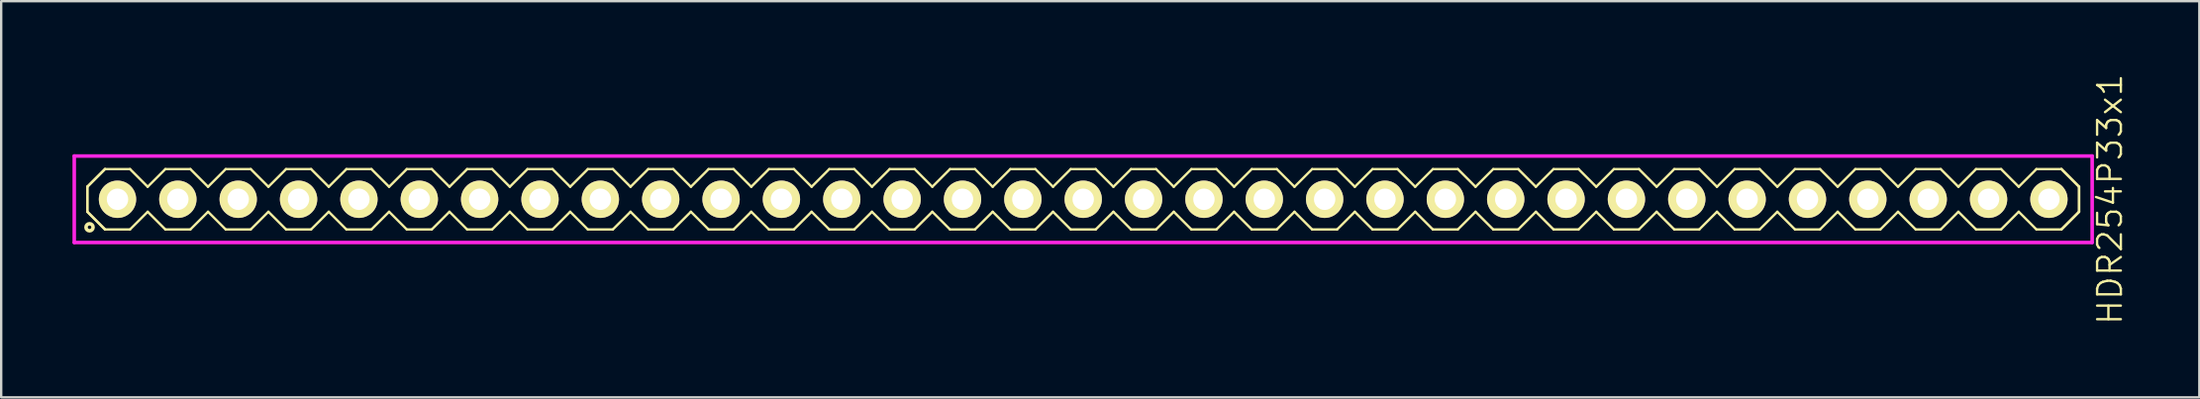
<source format=kicad_pcb>
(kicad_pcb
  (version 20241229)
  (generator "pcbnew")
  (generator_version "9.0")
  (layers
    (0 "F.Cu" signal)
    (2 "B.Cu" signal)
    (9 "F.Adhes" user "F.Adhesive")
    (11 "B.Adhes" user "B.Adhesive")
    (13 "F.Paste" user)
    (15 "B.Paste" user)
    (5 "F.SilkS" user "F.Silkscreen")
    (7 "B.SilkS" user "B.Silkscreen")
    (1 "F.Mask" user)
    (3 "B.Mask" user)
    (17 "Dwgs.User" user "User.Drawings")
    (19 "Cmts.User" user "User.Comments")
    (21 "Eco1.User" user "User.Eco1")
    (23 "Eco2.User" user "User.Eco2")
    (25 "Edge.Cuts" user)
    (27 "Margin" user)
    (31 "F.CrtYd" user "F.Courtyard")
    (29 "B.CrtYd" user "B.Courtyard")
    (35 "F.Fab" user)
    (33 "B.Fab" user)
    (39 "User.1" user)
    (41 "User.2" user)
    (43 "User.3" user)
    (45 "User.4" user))
  (footprint "HDR254P33x1"
    (layer "F.Cu")
    (at 42.535 5.336)
    (property "Reference" "HDR254P33x1" (at 43.21 0 90) (layer "F.SilkS") (effects (font (size 1 1) (thickness 0.1))))
    (attr through_hole)
    (fp_line (start -41.91 -0.526) (end -41.166 -1.27) (stroke (width 0.1) (type solid)) (layer "F.SilkS"))
    (fp_line (start -41.91 -0.526) (end -41.166 -1.27) (stroke (width 0.1) (type solid)) (layer "F.SilkS"))
    (fp_line (start -41.91 0.526) (end -41.91 -0.526) (stroke (width 0.1) (type solid)) (layer "F.SilkS"))
    (fp_line (start -41.91 0.526) (end -41.91 -0.526) (stroke (width 0.1) (type solid)) (layer "F.SilkS"))
    (fp_line (start -41.166 -1.27) (end -40.114 -1.27) (stroke (width 0.1) (type solid)) (layer "F.SilkS"))
    (fp_line (start -41.166 1.27) (end -41.91 0.526) (stroke (width 0.1) (type solid)) (layer "F.SilkS"))
    (fp_line (start -41.166 1.27) (end -41.91 0.526) (stroke (width 0.1) (type solid)) (layer "F.SilkS"))
    (fp_line (start -40.114 -1.27) (end -39.37 -0.526) (stroke (width 0.1) (type solid)) (layer "F.SilkS"))
    (fp_line (start -40.114 1.27) (end -41.166 1.27) (stroke (width 0.1) (type solid)) (layer "F.SilkS"))
    (fp_line (start -39.37 -0.526) (end -38.626 -1.27) (stroke (width 0.1) (type solid)) (layer "F.SilkS"))
    (fp_line (start -39.37 0.526) (end -40.114 1.27) (stroke (width 0.1) (type solid)) (layer "F.SilkS"))
    (fp_line (start -38.626 -1.27) (end -37.574 -1.27) (stroke (width 0.1) (type solid)) (layer "F.SilkS"))
    (fp_line (start -38.626 1.27) (end -39.37 0.526) (stroke (width 0.1) (type solid)) (layer "F.SilkS"))
    (fp_line (start -37.574 -1.27) (end -36.83 -0.526) (stroke (width 0.1) (type solid)) (layer "F.SilkS"))
    (fp_line (start -37.574 1.27) (end -38.626 1.27) (stroke (width 0.1) (type solid)) (layer "F.SilkS"))
    (fp_line (start -36.83 -0.526) (end -36.086 -1.27) (stroke (width 0.1) (type solid)) (layer "F.SilkS"))
    (fp_line (start -36.83 0.526) (end -37.574 1.27) (stroke (width 0.1) (type solid)) (layer "F.SilkS"))
    (fp_line (start -36.086 -1.27) (end -35.034 -1.27) (stroke (width 0.1) (type solid)) (layer "F.SilkS"))
    (fp_line (start -36.086 1.27) (end -36.83 0.526) (stroke (width 0.1) (type solid)) (layer "F.SilkS"))
    (fp_line (start -35.034 -1.27) (end -34.29 -0.526) (stroke (width 0.1) (type solid)) (layer "F.SilkS"))
    (fp_line (start -35.034 1.27) (end -36.086 1.27) (stroke (width 0.1) (type solid)) (layer "F.SilkS"))
    (fp_line (start -34.29 -0.526) (end -33.546 -1.27) (stroke (width 0.1) (type solid)) (layer "F.SilkS"))
    (fp_line (start -34.29 0.526) (end -35.034 1.27) (stroke (width 0.1) (type solid)) (layer "F.SilkS"))
    (fp_line (start -33.546 -1.27) (end -32.494 -1.27) (stroke (width 0.1) (type solid)) (layer "F.SilkS"))
    (fp_line (start -33.546 1.27) (end -34.29 0.526) (stroke (width 0.1) (type solid)) (layer "F.SilkS"))
    (fp_line (start -32.494 -1.27) (end -31.75 -0.526) (stroke (width 0.1) (type solid)) (layer "F.SilkS"))
    (fp_line (start -32.494 1.27) (end -33.546 1.27) (stroke (width 0.1) (type solid)) (layer "F.SilkS"))
    (fp_line (start -31.75 -0.526) (end -31.006 -1.27) (stroke (width 0.1) (type solid)) (layer "F.SilkS"))
    (fp_line (start -31.75 0.526) (end -32.494 1.27) (stroke (width 0.1) (type solid)) (layer "F.SilkS"))
    (fp_line (start -31.006 -1.27) (end -29.954 -1.27) (stroke (width 0.1) (type solid)) (layer "F.SilkS"))
    (fp_line (start -31.006 1.27) (end -31.75 0.526) (stroke (width 0.1) (type solid)) (layer "F.SilkS"))
    (fp_line (start -29.954 -1.27) (end -29.21 -0.526) (stroke (width 0.1) (type solid)) (layer "F.SilkS"))
    (fp_line (start -29.954 1.27) (end -31.006 1.27) (stroke (width 0.1) (type solid)) (layer "F.SilkS"))
    (fp_line (start -29.21 -0.526) (end -28.466 -1.27) (stroke (width 0.1) (type solid)) (layer "F.SilkS"))
    (fp_line (start -29.21 0.526) (end -29.954 1.27) (stroke (width 0.1) (type solid)) (layer "F.SilkS"))
    (fp_line (start -28.466 -1.27) (end -27.414 -1.27) (stroke (width 0.1) (type solid)) (layer "F.SilkS"))
    (fp_line (start -28.466 1.27) (end -29.21 0.526) (stroke (width 0.1) (type solid)) (layer "F.SilkS"))
    (fp_line (start -27.414 -1.27) (end -26.67 -0.526) (stroke (width 0.1) (type solid)) (layer "F.SilkS"))
    (fp_line (start -27.414 1.27) (end -28.466 1.27) (stroke (width 0.1) (type solid)) (layer "F.SilkS"))
    (fp_line (start -26.67 -0.526) (end -25.926 -1.27) (stroke (width 0.1) (type solid)) (layer "F.SilkS"))
    (fp_line (start -26.67 0.526) (end -27.414 1.27) (stroke (width 0.1) (type solid)) (layer "F.SilkS"))
    (fp_line (start -25.926 -1.27) (end -24.874 -1.27) (stroke (width 0.1) (type solid)) (layer "F.SilkS"))
    (fp_line (start -25.926 1.27) (end -26.67 0.526) (stroke (width 0.1) (type solid)) (layer "F.SilkS"))
    (fp_line (start -24.874 -1.27) (end -24.13 -0.526) (stroke (width 0.1) (type solid)) (layer "F.SilkS"))
    (fp_line (start -24.874 1.27) (end -25.926 1.27) (stroke (width 0.1) (type solid)) (layer "F.SilkS"))
    (fp_line (start -24.13 -0.526) (end -23.386 -1.27) (stroke (width 0.1) (type solid)) (layer "F.SilkS"))
    (fp_line (start -24.13 0.526) (end -24.874 1.27) (stroke (width 0.1) (type solid)) (layer "F.SilkS"))
    (fp_line (start -23.386 -1.27) (end -22.334 -1.27) (stroke (width 0.1) (type solid)) (layer "F.SilkS"))
    (fp_line (start -23.386 1.27) (end -24.13 0.526) (stroke (width 0.1) (type solid)) (layer "F.SilkS"))
    (fp_line (start -22.334 -1.27) (end -21.59 -0.526) (stroke (width 0.1) (type solid)) (layer "F.SilkS"))
    (fp_line (start -22.334 1.27) (end -23.386 1.27) (stroke (width 0.1) (type solid)) (layer "F.SilkS"))
    (fp_line (start -21.59 -0.526) (end -20.846 -1.27) (stroke (width 0.1) (type solid)) (layer "F.SilkS"))
    (fp_line (start -21.59 0.526) (end -22.334 1.27) (stroke (width 0.1) (type solid)) (layer "F.SilkS"))
    (fp_line (start -20.846 -1.27) (end -19.794 -1.27) (stroke (width 0.1) (type solid)) (layer "F.SilkS"))
    (fp_line (start -20.846 1.27) (end -21.59 0.526) (stroke (width 0.1) (type solid)) (layer "F.SilkS"))
    (fp_line (start -19.794 -1.27) (end -19.05 -0.526) (stroke (width 0.1) (type solid)) (layer "F.SilkS"))
    (fp_line (start -19.794 1.27) (end -20.846 1.27) (stroke (width 0.1) (type solid)) (layer "F.SilkS"))
    (fp_line (start -19.05 -0.526) (end -18.306 -1.27) (stroke (width 0.1) (type solid)) (layer "F.SilkS"))
    (fp_line (start -19.05 0.526) (end -19.794 1.27) (stroke (width 0.1) (type solid)) (layer "F.SilkS"))
    (fp_line (start -18.306 -1.27) (end -17.254 -1.27) (stroke (width 0.1) (type solid)) (layer "F.SilkS"))
    (fp_line (start -18.306 1.27) (end -19.05 0.526) (stroke (width 0.1) (type solid)) (layer "F.SilkS"))
    (fp_line (start -17.254 -1.27) (end -16.51 -0.526) (stroke (width 0.1) (type solid)) (layer "F.SilkS"))
    (fp_line (start -17.254 1.27) (end -18.306 1.27) (stroke (width 0.1) (type solid)) (layer "F.SilkS"))
    (fp_line (start -16.51 -0.526) (end -15.766 -1.27) (stroke (width 0.1) (type solid)) (layer "F.SilkS"))
    (fp_line (start -16.51 0.526) (end -17.254 1.27) (stroke (width 0.1) (type solid)) (layer "F.SilkS"))
    (fp_line (start -15.766 -1.27) (end -14.714 -1.27) (stroke (width 0.1) (type solid)) (layer "F.SilkS"))
    (fp_line (start -15.766 1.27) (end -16.51 0.526) (stroke (width 0.1) (type solid)) (layer "F.SilkS"))
    (fp_line (start -14.714 -1.27) (end -13.97 -0.526) (stroke (width 0.1) (type solid)) (layer "F.SilkS"))
    (fp_line (start -14.714 1.27) (end -15.766 1.27) (stroke (width 0.1) (type solid)) (layer "F.SilkS"))
    (fp_line (start -13.97 -0.526) (end -13.226 -1.27) (stroke (width 0.1) (type solid)) (layer "F.SilkS"))
    (fp_line (start -13.97 0.526) (end -14.714 1.27) (stroke (width 0.1) (type solid)) (layer "F.SilkS"))
    (fp_line (start -13.226 -1.27) (end -12.174 -1.27) (stroke (width 0.1) (type solid)) (layer "F.SilkS"))
    (fp_line (start -13.226 1.27) (end -13.97 0.526) (stroke (width 0.1) (type solid)) (layer "F.SilkS"))
    (fp_line (start -12.174 -1.27) (end -11.43 -0.526) (stroke (width 0.1) (type solid)) (layer "F.SilkS"))
    (fp_line (start -12.174 1.27) (end -13.226 1.27) (stroke (width 0.1) (type solid)) (layer "F.SilkS"))
    (fp_line (start -11.43 -0.526) (end -10.686 -1.27) (stroke (width 0.1) (type solid)) (layer "F.SilkS"))
    (fp_line (start -11.43 0.526) (end -12.174 1.27) (stroke (width 0.1) (type solid)) (layer "F.SilkS"))
    (fp_line (start -10.686 -1.27) (end -9.634 -1.27) (stroke (width 0.1) (type solid)) (layer "F.SilkS"))
    (fp_line (start -10.686 1.27) (end -11.43 0.526) (stroke (width 0.1) (type solid)) (layer "F.SilkS"))
    (fp_line (start -9.634 -1.27) (end -8.89 -0.526) (stroke (width 0.1) (type solid)) (layer "F.SilkS"))
    (fp_line (start -9.634 1.27) (end -10.686 1.27) (stroke (width 0.1) (type solid)) (layer "F.SilkS"))
    (fp_line (start -8.89 -0.526) (end -8.146 -1.27) (stroke (width 0.1) (type solid)) (layer "F.SilkS"))
    (fp_line (start -8.89 0.526) (end -9.634 1.27) (stroke (width 0.1) (type solid)) (layer "F.SilkS"))
    (fp_line (start -8.146 -1.27) (end -7.094 -1.27) (stroke (width 0.1) (type solid)) (layer "F.SilkS"))
    (fp_line (start -8.146 1.27) (end -8.89 0.526) (stroke (width 0.1) (type solid)) (layer "F.SilkS"))
    (fp_line (start -7.094 -1.27) (end -6.35 -0.526) (stroke (width 0.1) (type solid)) (layer "F.SilkS"))
    (fp_line (start -7.094 1.27) (end -8.146 1.27) (stroke (width 0.1) (type solid)) (layer "F.SilkS"))
    (fp_line (start -6.35 -0.526) (end -5.606 -1.27) (stroke (width 0.1) (type solid)) (layer "F.SilkS"))
    (fp_line (start -6.35 0.526) (end -7.094 1.27) (stroke (width 0.1) (type solid)) (layer "F.SilkS"))
    (fp_line (start -5.606 -1.27) (end -4.554 -1.27) (stroke (width 0.1) (type solid)) (layer "F.SilkS"))
    (fp_line (start -5.606 1.27) (end -6.35 0.526) (stroke (width 0.1) (type solid)) (layer "F.SilkS"))
    (fp_line (start -4.554 -1.27) (end -3.81 -0.526) (stroke (width 0.1) (type solid)) (layer "F.SilkS"))
    (fp_line (start -4.554 1.27) (end -5.606 1.27) (stroke (width 0.1) (type solid)) (layer "F.SilkS"))
    (fp_line (start -3.81 -0.526) (end -3.066 -1.27) (stroke (width 0.1) (type solid)) (layer "F.SilkS"))
    (fp_line (start -3.81 0.526) (end -4.554 1.27) (stroke (width 0.1) (type solid)) (layer "F.SilkS"))
    (fp_line (start -3.066 -1.27) (end -2.014 -1.27) (stroke (width 0.1) (type solid)) (layer "F.SilkS"))
    (fp_line (start -3.066 1.27) (end -3.81 0.526) (stroke (width 0.1) (type solid)) (layer "F.SilkS"))
    (fp_line (start -2.014 -1.27) (end -1.27 -0.526) (stroke (width 0.1) (type solid)) (layer "F.SilkS"))
    (fp_line (start -2.014 1.27) (end -3.066 1.27) (stroke (width 0.1) (type solid)) (layer "F.SilkS"))
    (fp_line (start -1.27 -0.526) (end -0.526 -1.27) (stroke (width 0.1) (type solid)) (layer "F.SilkS"))
    (fp_line (start -1.27 0.526) (end -2.014 1.27) (stroke (width 0.1) (type solid)) (layer "F.SilkS"))
    (fp_line (start -0.526 -1.27) (end 0.526 -1.27) (stroke (width 0.1) (type solid)) (layer "F.SilkS"))
    (fp_line (start -0.526 1.27) (end -1.27 0.526) (stroke (width 0.1) (type solid)) (layer "F.SilkS"))
    (fp_line (start 0.526 -1.27) (end 1.27 -0.526) (stroke (width 0.1) (type solid)) (layer "F.SilkS"))
    (fp_line (start 0.526 1.27) (end -0.526 1.27) (stroke (width 0.1) (type solid)) (layer "F.SilkS"))
    (fp_line (start 1.27 -0.526) (end 2.014 -1.27) (stroke (width 0.1) (type solid)) (layer "F.SilkS"))
    (fp_line (start 1.27 0.526) (end 0.526 1.27) (stroke (width 0.1) (type solid)) (layer "F.SilkS"))
    (fp_line (start 2.014 -1.27) (end 3.066 -1.27) (stroke (width 0.1) (type solid)) (layer "F.SilkS"))
    (fp_line (start 2.014 1.27) (end 1.27 0.526) (stroke (width 0.1) (type solid)) (layer "F.SilkS"))
    (fp_line (start 3.066 -1.27) (end 3.81 -0.526) (stroke (width 0.1) (type solid)) (layer "F.SilkS"))
    (fp_line (start 3.066 1.27) (end 2.014 1.27) (stroke (width 0.1) (type solid)) (layer "F.SilkS"))
    (fp_line (start 3.81 -0.526) (end 4.554 -1.27) (stroke (width 0.1) (type solid)) (layer "F.SilkS"))
    (fp_line (start 3.81 0.526) (end 3.066 1.27) (stroke (width 0.1) (type solid)) (layer "F.SilkS"))
    (fp_line (start 4.554 -1.27) (end 5.606 -1.27) (stroke (width 0.1) (type solid)) (layer "F.SilkS"))
    (fp_line (start 4.554 1.27) (end 3.81 0.526) (stroke (width 0.1) (type solid)) (layer "F.SilkS"))
    (fp_line (start 5.606 -1.27) (end 6.35 -0.526) (stroke (width 0.1) (type solid)) (layer "F.SilkS"))
    (fp_line (start 5.606 1.27) (end 4.554 1.27) (stroke (width 0.1) (type solid)) (layer "F.SilkS"))
    (fp_line (start 6.35 -0.526) (end 7.094 -1.27) (stroke (width 0.1) (type solid)) (layer "F.SilkS"))
    (fp_line (start 6.35 0.526) (end 5.606 1.27) (stroke (width 0.1) (type solid)) (layer "F.SilkS"))
    (fp_line (start 7.094 -1.27) (end 8.146 -1.27) (stroke (width 0.1) (type solid)) (layer "F.SilkS"))
    (fp_line (start 7.094 1.27) (end 6.35 0.526) (stroke (width 0.1) (type solid)) (layer "F.SilkS"))
    (fp_line (start 8.146 -1.27) (end 8.89 -0.526) (stroke (width 0.1) (type solid)) (layer "F.SilkS"))
    (fp_line (start 8.146 1.27) (end 7.094 1.27) (stroke (width 0.1) (type solid)) (layer "F.SilkS"))
    (fp_line (start 8.89 -0.526) (end 9.634 -1.27) (stroke (width 0.1) (type solid)) (layer "F.SilkS"))
    (fp_line (start 8.89 0.526) (end 8.146 1.27) (stroke (width 0.1) (type solid)) (layer "F.SilkS"))
    (fp_line (start 9.634 -1.27) (end 10.686 -1.27) (stroke (width 0.1) (type solid)) (layer "F.SilkS"))
    (fp_line (start 9.634 1.27) (end 8.89 0.526) (stroke (width 0.1) (type solid)) (layer "F.SilkS"))
    (fp_line (start 10.686 -1.27) (end 11.43 -0.526) (stroke (width 0.1) (type solid)) (layer "F.SilkS"))
    (fp_line (start 10.686 1.27) (end 9.634 1.27) (stroke (width 0.1) (type solid)) (layer "F.SilkS"))
    (fp_line (start 11.43 -0.526) (end 12.174 -1.27) (stroke (width 0.1) (type solid)) (layer "F.SilkS"))
    (fp_line (start 11.43 0.526) (end 10.686 1.27) (stroke (width 0.1) (type solid)) (layer "F.SilkS"))
    (fp_line (start 12.174 -1.27) (end 13.226 -1.27) (stroke (width 0.1) (type solid)) (layer "F.SilkS"))
    (fp_line (start 12.174 1.27) (end 11.43 0.526) (stroke (width 0.1) (type solid)) (layer "F.SilkS"))
    (fp_line (start 13.226 -1.27) (end 13.97 -0.526) (stroke (width 0.1) (type solid)) (layer "F.SilkS"))
    (fp_line (start 13.226 1.27) (end 12.174 1.27) (stroke (width 0.1) (type solid)) (layer "F.SilkS"))
    (fp_line (start 13.97 -0.526) (end 14.714 -1.27) (stroke (width 0.1) (type solid)) (layer "F.SilkS"))
    (fp_line (start 13.97 0.526) (end 13.226 1.27) (stroke (width 0.1) (type solid)) (layer "F.SilkS"))
    (fp_line (start 14.714 -1.27) (end 15.766 -1.27) (stroke (width 0.1) (type solid)) (layer "F.SilkS"))
    (fp_line (start 14.714 1.27) (end 13.97 0.526) (stroke (width 0.1) (type solid)) (layer "F.SilkS"))
    (fp_line (start 15.766 -1.27) (end 16.51 -0.526) (stroke (width 0.1) (type solid)) (layer "F.SilkS"))
    (fp_line (start 15.766 1.27) (end 14.714 1.27) (stroke (width 0.1) (type solid)) (layer "F.SilkS"))
    (fp_line (start 16.51 -0.526) (end 17.254 -1.27) (stroke (width 0.1) (type solid)) (layer "F.SilkS"))
    (fp_line (start 16.51 0.526) (end 15.766 1.27) (stroke (width 0.1) (type solid)) (layer "F.SilkS"))
    (fp_line (start 17.254 -1.27) (end 18.306 -1.27) (stroke (width 0.1) (type solid)) (layer "F.SilkS"))
    (fp_line (start 17.254 1.27) (end 16.51 0.526) (stroke (width 0.1) (type solid)) (layer "F.SilkS"))
    (fp_line (start 18.306 -1.27) (end 19.05 -0.526) (stroke (width 0.1) (type solid)) (layer "F.SilkS"))
    (fp_line (start 18.306 1.27) (end 17.254 1.27) (stroke (width 0.1) (type solid)) (layer "F.SilkS"))
    (fp_line (start 19.05 -0.526) (end 19.794 -1.27) (stroke (width 0.1) (type solid)) (layer "F.SilkS"))
    (fp_line (start 19.05 0.526) (end 18.306 1.27) (stroke (width 0.1) (type solid)) (layer "F.SilkS"))
    (fp_line (start 19.794 -1.27) (end 20.846 -1.27) (stroke (width 0.1) (type solid)) (layer "F.SilkS"))
    (fp_line (start 19.794 1.27) (end 19.05 0.526) (stroke (width 0.1) (type solid)) (layer "F.SilkS"))
    (fp_line (start 20.846 -1.27) (end 21.59 -0.526) (stroke (width 0.1) (type solid)) (layer "F.SilkS"))
    (fp_line (start 20.846 1.27) (end 19.794 1.27) (stroke (width 0.1) (type solid)) (layer "F.SilkS"))
    (fp_line (start 21.59 -0.526) (end 22.334 -1.27) (stroke (width 0.1) (type solid)) (layer "F.SilkS"))
    (fp_line (start 21.59 0.526) (end 20.846 1.27) (stroke (width 0.1) (type solid)) (layer "F.SilkS"))
    (fp_line (start 22.334 -1.27) (end 23.386 -1.27) (stroke (width 0.1) (type solid)) (layer "F.SilkS"))
    (fp_line (start 22.334 1.27) (end 21.59 0.526) (stroke (width 0.1) (type solid)) (layer "F.SilkS"))
    (fp_line (start 23.386 -1.27) (end 24.13 -0.526) (stroke (width 0.1) (type solid)) (layer "F.SilkS"))
    (fp_line (start 23.386 1.27) (end 22.334 1.27) (stroke (width 0.1) (type solid)) (layer "F.SilkS"))
    (fp_line (start 24.13 -0.526) (end 24.874 -1.27) (stroke (width 0.1) (type solid)) (layer "F.SilkS"))
    (fp_line (start 24.13 0.526) (end 23.386 1.27) (stroke (width 0.1) (type solid)) (layer "F.SilkS"))
    (fp_line (start 24.874 -1.27) (end 25.926 -1.27) (stroke (width 0.1) (type solid)) (layer "F.SilkS"))
    (fp_line (start 24.874 1.27) (end 24.13 0.526) (stroke (width 0.1) (type solid)) (layer "F.SilkS"))
    (fp_line (start 25.926 -1.27) (end 26.67 -0.526) (stroke (width 0.1) (type solid)) (layer "F.SilkS"))
    (fp_line (start 25.926 1.27) (end 24.874 1.27) (stroke (width 0.1) (type solid)) (layer "F.SilkS"))
    (fp_line (start 26.67 -0.526) (end 27.414 -1.27) (stroke (width 0.1) (type solid)) (layer "F.SilkS"))
    (fp_line (start 26.67 0.526) (end 25.926 1.27) (stroke (width 0.1) (type solid)) (layer "F.SilkS"))
    (fp_line (start 27.414 -1.27) (end 28.466 -1.27) (stroke (width 0.1) (type solid)) (layer "F.SilkS"))
    (fp_line (start 27.414 1.27) (end 26.67 0.526) (stroke (width 0.1) (type solid)) (layer "F.SilkS"))
    (fp_line (start 28.466 -1.27) (end 29.21 -0.526) (stroke (width 0.1) (type solid)) (layer "F.SilkS"))
    (fp_line (start 28.466 1.27) (end 27.414 1.27) (stroke (width 0.1) (type solid)) (layer "F.SilkS"))
    (fp_line (start 29.21 -0.526) (end 29.954 -1.27) (stroke (width 0.1) (type solid)) (layer "F.SilkS"))
    (fp_line (start 29.21 0.526) (end 28.466 1.27) (stroke (width 0.1) (type solid)) (layer "F.SilkS"))
    (fp_line (start 29.954 -1.27) (end 31.006 -1.27) (stroke (width 0.1) (type solid)) (layer "F.SilkS"))
    (fp_line (start 29.954 1.27) (end 29.21 0.526) (stroke (width 0.1) (type solid)) (layer "F.SilkS"))
    (fp_line (start 31.006 -1.27) (end 31.75 -0.526) (stroke (width 0.1) (type solid)) (layer "F.SilkS"))
    (fp_line (start 31.006 1.27) (end 29.954 1.27) (stroke (width 0.1) (type solid)) (layer "F.SilkS"))
    (fp_line (start 31.75 -0.526) (end 32.494 -1.27) (stroke (width 0.1) (type solid)) (layer "F.SilkS"))
    (fp_line (start 31.75 0.526) (end 31.006 1.27) (stroke (width 0.1) (type solid)) (layer "F.SilkS"))
    (fp_line (start 32.494 -1.27) (end 33.546 -1.27) (stroke (width 0.1) (type solid)) (layer "F.SilkS"))
    (fp_line (start 32.494 1.27) (end 31.75 0.526) (stroke (width 0.1) (type solid)) (layer "F.SilkS"))
    (fp_line (start 33.546 -1.27) (end 34.29 -0.526) (stroke (width 0.1) (type solid)) (layer "F.SilkS"))
    (fp_line (start 33.546 1.27) (end 32.494 1.27) (stroke (width 0.1) (type solid)) (layer "F.SilkS"))
    (fp_line (start 34.29 -0.526) (end 35.034 -1.27) (stroke (width 0.1) (type solid)) (layer "F.SilkS"))
    (fp_line (start 34.29 0.526) (end 33.546 1.27) (stroke (width 0.1) (type solid)) (layer "F.SilkS"))
    (fp_line (start 35.034 -1.27) (end 36.086 -1.27) (stroke (width 0.1) (type solid)) (layer "F.SilkS"))
    (fp_line (start 35.034 1.27) (end 34.29 0.526) (stroke (width 0.1) (type solid)) (layer "F.SilkS"))
    (fp_line (start 36.086 -1.27) (end 36.83 -0.526) (stroke (width 0.1) (type solid)) (layer "F.SilkS"))
    (fp_line (start 36.086 1.27) (end 35.034 1.27) (stroke (width 0.1) (type solid)) (layer "F.SilkS"))
    (fp_line (start 36.83 -0.526) (end 37.574 -1.27) (stroke (width 0.1) (type solid)) (layer "F.SilkS"))
    (fp_line (start 36.83 0.526) (end 36.086 1.27) (stroke (width 0.1) (type solid)) (layer "F.SilkS"))
    (fp_line (start 37.574 -1.27) (end 38.626 -1.27) (stroke (width 0.1) (type solid)) (layer "F.SilkS"))
    (fp_line (start 37.574 1.27) (end 36.83 0.526) (stroke (width 0.1) (type solid)) (layer "F.SilkS"))
    (fp_line (start 38.626 -1.27) (end 39.37 -0.526) (stroke (width 0.1) (type solid)) (layer "F.SilkS"))
    (fp_line (start 38.626 1.27) (end 37.574 1.27) (stroke (width 0.1) (type solid)) (layer "F.SilkS"))
    (fp_line (start 39.37 -0.526) (end 40.114 -1.27) (stroke (width 0.1) (type solid)) (layer "F.SilkS"))
    (fp_line (start 39.37 0.526) (end 38.626 1.27) (stroke (width 0.1) (type solid)) (layer "F.SilkS"))
    (fp_line (start 40.114 -1.27) (end 41.166 -1.27) (stroke (width 0.1) (type solid)) (layer "F.SilkS"))
    (fp_line (start 40.114 1.27) (end 39.37 0.526) (stroke (width 0.1) (type solid)) (layer "F.SilkS"))
    (fp_line (start 41.166 -1.27) (end 41.91 -0.526) (stroke (width 0.1) (type solid)) (layer "F.SilkS"))
    (fp_line (start 41.166 -1.27) (end 41.91 -0.526) (stroke (width 0.1) (type solid)) (layer "F.SilkS"))
    (fp_line (start 41.166 1.27) (end 40.114 1.27) (stroke (width 0.1) (type solid)) (layer "F.SilkS"))
    (fp_line (start 41.91 -0.526) (end 41.91 0.526) (stroke (width 0.1) (type solid)) (layer "F.SilkS"))
    (fp_line (start 41.91 -0.526) (end 41.91 0.526) (stroke (width 0.1) (type solid)) (layer "F.SilkS"))
    (fp_line (start 41.91 0.526) (end 41.166 1.27) (stroke (width 0.1) (type solid)) (layer "F.SilkS"))
    (fp_line (start 41.91 0.526) (end 41.166 1.27) (stroke (width 0.1) (type solid)) (layer "F.SilkS"))
    (fp_circle (center -41.817 1.178) (end -41.668 1.178) (stroke (width 0.15) (type solid)) (fill no) (layer "F.SilkS"))
    (fp_line (start -42.46 -1.82) (end -42.46 1.82) (stroke (width 0.15) (type solid)) (layer "F.CrtYd"))
    (fp_line (start -42.46 1.82) (end 42.46 1.82) (stroke (width 0.15) (type solid)) (layer "F.CrtYd"))
    (fp_line (start 42.46 -1.82) (end -42.46 -1.82) (stroke (width 0.15) (type solid)) (layer "F.CrtYd"))
    (fp_line (start 42.46 1.82) (end 42.46 -1.82) (stroke (width 0.15) (type solid)) (layer "F.CrtYd"))
    (pad "1" thru_hole oval (at -40.64 0) (size 1.57 1.57) (drill 0.9) (layers "*.Cu" "*.Mask" "F.SilkS"))
    (pad "2" thru_hole oval (at -38.1 0) (size 1.57 1.57) (drill 0.9) (layers "*.Cu" "*.Mask" "F.SilkS"))
    (pad "3" thru_hole oval (at -35.56 0) (size 1.57 1.57) (drill 0.9) (layers "*.Cu" "*.Mask" "F.SilkS"))
    (pad "4" thru_hole oval (at -33.02 0) (size 1.57 1.57) (drill 0.9) (layers "*.Cu" "*.Mask" "F.SilkS"))
    (pad "5" thru_hole oval (at -30.48 0) (size 1.57 1.57) (drill 0.9) (layers "*.Cu" "*.Mask" "F.SilkS"))
    (pad "6" thru_hole oval (at -27.94 0) (size 1.57 1.57) (drill 0.9) (layers "*.Cu" "*.Mask" "F.SilkS"))
    (pad "7" thru_hole oval (at -25.4 0) (size 1.57 1.57) (drill 0.9) (layers "*.Cu" "*.Mask" "F.SilkS"))
    (pad "8" thru_hole oval (at -22.86 0) (size 1.57 1.57) (drill 0.9) (layers "*.Cu" "*.Mask" "F.SilkS"))
    (pad "9" thru_hole oval (at -20.32 0) (size 1.57 1.57) (drill 0.9) (layers "*.Cu" "*.Mask" "F.SilkS"))
    (pad "10" thru_hole oval (at -17.78 0) (size 1.57 1.57) (drill 0.9) (layers "*.Cu" "*.Mask" "F.SilkS"))
    (pad "11" thru_hole oval (at -15.24 0) (size 1.57 1.57) (drill 0.9) (layers "*.Cu" "*.Mask" "F.SilkS"))
    (pad "12" thru_hole oval (at -12.7 0) (size 1.57 1.57) (drill 0.9) (layers "*.Cu" "*.Mask" "F.SilkS"))
    (pad "13" thru_hole oval (at -10.16 0) (size 1.57 1.57) (drill 0.9) (layers "*.Cu" "*.Mask" "F.SilkS"))
    (pad "14" thru_hole oval (at -7.62 0) (size 1.57 1.57) (drill 0.9) (layers "*.Cu" "*.Mask" "F.SilkS"))
    (pad "15" thru_hole oval (at -5.08 0) (size 1.57 1.57) (drill 0.9) (layers "*.Cu" "*.Mask" "F.SilkS"))
    (pad "16" thru_hole oval (at -2.54 0) (size 1.57 1.57) (drill 0.9) (layers "*.Cu" "*.Mask" "F.SilkS"))
    (pad "17" thru_hole oval (at 0 0) (size 1.57 1.57) (drill 0.9) (layers "*.Cu" "*.Mask" "F.SilkS"))
    (pad "18" thru_hole oval (at 2.54 0) (size 1.57 1.57) (drill 0.9) (layers "*.Cu" "*.Mask" "F.SilkS"))
    (pad "19" thru_hole oval (at 5.08 0) (size 1.57 1.57) (drill 0.9) (layers "*.Cu" "*.Mask" "F.SilkS"))
    (pad "20" thru_hole oval (at 7.62 0) (size 1.57 1.57) (drill 0.9) (layers "*.Cu" "*.Mask" "F.SilkS"))
    (pad "21" thru_hole oval (at 10.16 0) (size 1.57 1.57) (drill 0.9) (layers "*.Cu" "*.Mask" "F.SilkS"))
    (pad "22" thru_hole oval (at 12.7 0) (size 1.57 1.57) (drill 0.9) (layers "*.Cu" "*.Mask" "F.SilkS"))
    (pad "23" thru_hole oval (at 15.24 0) (size 1.57 1.57) (drill 0.9) (layers "*.Cu" "*.Mask" "F.SilkS"))
    (pad "24" thru_hole oval (at 17.78 0) (size 1.57 1.57) (drill 0.9) (layers "*.Cu" "*.Mask" "F.SilkS"))
    (pad "25" thru_hole oval (at 20.32 0) (size 1.57 1.57) (drill 0.9) (layers "*.Cu" "*.Mask" "F.SilkS"))
    (pad "26" thru_hole oval (at 22.86 0) (size 1.57 1.57) (drill 0.9) (layers "*.Cu" "*.Mask" "F.SilkS"))
    (pad "27" thru_hole oval (at 25.4 0) (size 1.57 1.57) (drill 0.9) (layers "*.Cu" "*.Mask" "F.SilkS"))
    (pad "28" thru_hole oval (at 27.94 0) (size 1.57 1.57) (drill 0.9) (layers "*.Cu" "*.Mask" "F.SilkS"))
    (pad "29" thru_hole oval (at 30.48 0) (size 1.57 1.57) (drill 0.9) (layers "*.Cu" "*.Mask" "F.SilkS"))
    (pad "30" thru_hole oval (at 33.02 0) (size 1.57 1.57) (drill 0.9) (layers "*.Cu" "*.Mask" "F.SilkS"))
    (pad "31" thru_hole oval (at 35.56 0) (size 1.57 1.57) (drill 0.9) (layers "*.Cu" "*.Mask" "F.SilkS"))
    (pad "32" thru_hole oval (at 38.1 0) (size 1.57 1.57) (drill 0.9) (layers "*.Cu" "*.Mask" "F.SilkS"))
    (pad "33" thru_hole oval (at 40.64 0) (size 1.57 1.57) (drill 0.9) (layers "*.Cu" "*.Mask" "F.SilkS")))
  (gr_rect
    (start -3 -3)
    (end 89.505 13.671)
    (stroke (width 0.1) (type default))
    (fill no)
    (layer "Edge.Cuts")))
</source>
